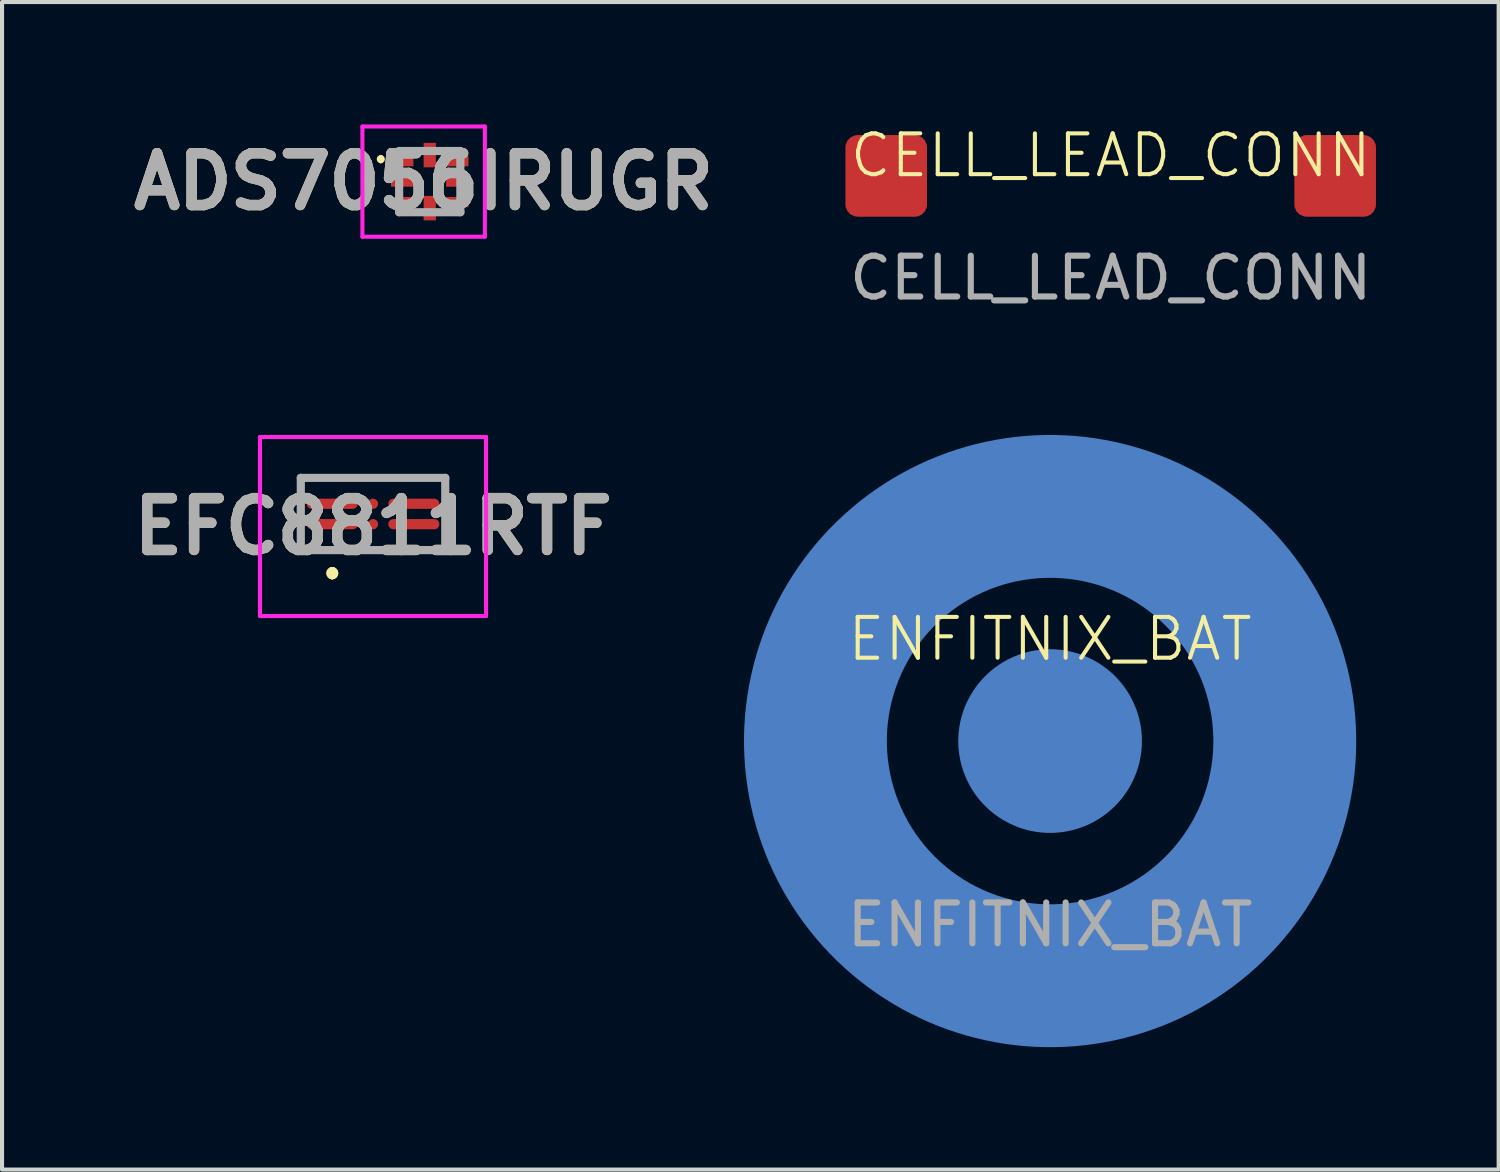
<source format=kicad_pcb>
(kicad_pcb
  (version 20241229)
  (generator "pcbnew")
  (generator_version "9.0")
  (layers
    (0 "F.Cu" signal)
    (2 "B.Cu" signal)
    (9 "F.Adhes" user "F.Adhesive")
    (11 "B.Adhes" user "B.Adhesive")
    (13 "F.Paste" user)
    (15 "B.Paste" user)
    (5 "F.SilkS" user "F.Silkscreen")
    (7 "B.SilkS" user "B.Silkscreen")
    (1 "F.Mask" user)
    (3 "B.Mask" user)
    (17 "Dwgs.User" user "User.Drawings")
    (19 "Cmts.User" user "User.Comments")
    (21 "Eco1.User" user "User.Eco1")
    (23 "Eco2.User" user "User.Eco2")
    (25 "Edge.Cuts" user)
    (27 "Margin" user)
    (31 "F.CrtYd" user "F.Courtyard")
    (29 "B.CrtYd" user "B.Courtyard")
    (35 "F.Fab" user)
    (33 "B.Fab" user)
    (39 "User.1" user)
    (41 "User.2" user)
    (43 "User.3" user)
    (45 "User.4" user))
  (footprint "ADS7056IRUGR"
    (layer "F.Cu")
    (at 7.48 1.4)
    (property "Reference" "ADS7056IRUGR" (at -0.15 0 0) (layer "F.SilkS") (effects (font (size 1.27 1.27) (thickness 0.254))))
    (attr smd)
    (fp_line (start -1.2 -0.6) (end -1.2 -0.6) (stroke (width 0.1) (type solid)) (layer "F.SilkS"))
    (fp_line (start -1.2 -0.5) (end -1.2 -0.5) (stroke (width 0.1) (type solid)) (layer "F.SilkS"))
    (fp_arc (start -1.2 -0.6) (mid -1.15 -0.55) (end -1.2 -0.5) (stroke (width 0.1) (type solid)) (layer "F.SilkS"))
    (fp_arc (start -1.2 -0.5) (mid -1.25 -0.55) (end -1.2 -0.6) (stroke (width 0.1) (type solid)) (layer "F.SilkS"))
    (fp_line (start -1.65 -1.35) (end 1.35 -1.35) (stroke (width 0.1) (type solid)) (layer "F.CrtYd"))
    (fp_line (start -1.65 1.35) (end -1.65 -1.35) (stroke (width 0.1) (type solid)) (layer "F.CrtYd"))
    (fp_line (start 1.35 -1.35) (end 1.35 1.35) (stroke (width 0.1) (type solid)) (layer "F.CrtYd"))
    (fp_line (start 1.35 1.35) (end -1.65 1.35) (stroke (width 0.1) (type solid)) (layer "F.CrtYd"))
    (fp_line (start -0.75 -0.75) (end 0.75 -0.75) (stroke (width 0.2) (type solid)) (layer "F.Fab"))
    (fp_line (start -0.75 0.75) (end -0.75 -0.75) (stroke (width 0.2) (type solid)) (layer "F.Fab"))
    (fp_line (start 0.75 -0.75) (end 0.75 0.75) (stroke (width 0.2) (type solid)) (layer "F.Fab"))
    (fp_line (start 0.75 0.75) (end -0.75 0.75) (stroke (width 0.2) (type solid)) (layer "F.Fab"))
    (fp_text user "${REFERENCE}" (at -0.15 0 0) (layer "F.Fab") (effects (font (size 1.27 1.27) (thickness 0.254))))
    (pad "1" smd rect (at -0.675 -0.5 90) (size 0.25 0.55) (layers "F.Cu" "F.Mask" "F.Paste"))
    (pad "2" smd rect (at -0.675 0 90) (size 0.25 0.55) (layers "F.Cu" "F.Mask" "F.Paste"))
    (pad "3" smd rect (at -0.675 0.5 90) (size 0.25 0.55) (layers "F.Cu" "F.Mask" "F.Paste"))
    (pad "4" smd rect (at 0 0.65) (size 0.3 0.6) (layers "F.Cu" "F.Mask" "F.Paste"))
    (pad "5" smd rect (at 0.675 0.5 90) (size 0.25 0.55) (layers "F.Cu" "F.Mask" "F.Paste"))
    (pad "6" smd rect (at 0.675 0 90) (size 0.25 0.55) (layers "F.Cu" "F.Mask" "F.Paste"))
    (pad "7" smd rect (at 0.675 -0.5 90) (size 0.25 0.55) (layers "F.Cu" "F.Mask" "F.Paste"))
    (pad "8" smd rect (at 0 -0.65) (size 0.3 0.6) (layers "F.Cu" "F.Mask" "F.Paste")))
  (footprint "CELL_LEAD_CONN"
    (layer "F.Cu")
    (at 24.165 1.26)
    (property "Reference" "CELL_LEAD_CONN" (at 0 -0.5 0) (unlocked yes) (layer "F.SilkS") (effects (font (size 1 1) (thickness 0.1))))
    (attr smd)
    (fp_text user "${REFERENCE}" (at 0 2.5 0) (unlocked yes) (layer "F.Fab") (effects (font (size 1 1) (thickness 0.15))))
    (pad "1" smd roundrect (at 5.5 0) (size 2 2) (layers "F.Cu" "F.Mask" "F.Paste") (roundrect_rratio 0.15))
    (pad "2" smd roundrect (at -5.5 0) (size 2 2) (layers "F.Cu" "F.Mask" "F.Paste") (roundrect_rratio 0.15)))
  (footprint "EFC8811RTF"
    (layer "F.Cu")
    (at 6.09 9.544)
    (property "Reference" "EFC8811RTF" (at 0 0.307 0) (layer "F.SilkS") (effects (font (size 1.27 1.27) (thickness 0.254))))
    (attr smd)
    (fp_line (start -1 1.4) (end -1 1.4) (stroke (width 0.2) (type solid)) (layer "F.SilkS"))
    (fp_line (start -1 1.5) (end -1 1.5) (stroke (width 0.2) (type solid)) (layer "F.SilkS"))
    (fp_line (start -1 1.5) (end -1 1.5) (stroke (width 0.2) (type solid)) (layer "F.SilkS"))
    (fp_arc (start -1 1.4) (mid -0.95 1.45) (end -1 1.5) (stroke (width 0.2) (type solid)) (layer "F.SilkS"))
    (fp_arc (start -1 1.4) (mid -0.95 1.45) (end -1 1.5) (stroke (width 0.2) (type solid)) (layer "F.SilkS"))
    (fp_arc (start -1 1.5) (mid -1.05 1.45) (end -1 1.4) (stroke (width 0.2) (type solid)) (layer "F.SilkS"))
    (fp_line (start -2.77 -1.885) (end 2.77 -1.885) (stroke (width 0.1) (type solid)) (layer "F.CrtYd"))
    (fp_line (start -2.77 2.5) (end -2.77 -1.885) (stroke (width 0.1) (type solid)) (layer "F.CrtYd"))
    (fp_line (start 2.77 -1.885) (end 2.77 2.5) (stroke (width 0.1) (type solid)) (layer "F.CrtYd"))
    (fp_line (start 2.77 2.5) (end -2.77 2.5) (stroke (width 0.1) (type solid)) (layer "F.CrtYd"))
    (fp_line (start -1.77 -0.885) (end -1.77 0.885) (stroke (width 0.2) (type solid)) (layer "F.Fab"))
    (fp_line (start -1.77 0.885) (end 1.77 0.885) (stroke (width 0.2) (type solid)) (layer "F.Fab"))
    (fp_line (start 1.77 -0.885) (end -1.77 -0.885) (stroke (width 0.2) (type solid)) (layer "F.Fab"))
    (fp_line (start 1.77 0.885) (end 1.77 -0.885) (stroke (width 0.2) (type solid)) (layer "F.Fab"))
    (fp_text user "${REFERENCE}" (at 0 0.307 0) (layer "F.Fab") (effects (font (size 1.27 1.27) (thickness 0.254))))
    (pad "1" smd oval (at -1 0.25 90) (size 0.25 1.25) (layers "F.Cu" "F.Mask" "F.Paste"))
    (pad "2" smd circle (at 0 0.25 90) (size 0.25 0.25) (layers "F.Cu" "F.Mask" "F.Paste"))
    (pad "3" smd oval (at 1 0.25 90) (size 0.25 1.25) (layers "F.Cu" "F.Mask" "F.Paste"))
    (pad "4" smd oval (at 1 -0.25 90) (size 0.25 1.25) (layers "F.Cu" "F.Mask" "F.Paste"))
    (pad "5" smd circle (at 0 -0.25 90) (size 0.25 0.25) (layers "F.Cu" "F.Mask" "F.Paste"))
    (pad "6" smd oval (at -1 -0.25 90) (size 0.25 1.25) (layers "F.Cu" "F.Mask" "F.Paste")))
  (footprint "ENFITNIX_BAT"
    (layer "F.Cu")
    (at 22.68 15.108)
    (property "Reference" "ENFITNIX_BAT" (at 0 -2.5 0) (unlocked yes) (layer "F.SilkS") (effects (font (size 1 1) (thickness 0.1))))
    (attr smd)
    (fp_text user "${REFERENCE}" (at 0 4.5 0) (unlocked yes) (layer "F.Fab") (effects (font (size 1 1) (thickness 0.15))))
    (pad "1" smd custom (at 0 0) (size 1.524 1.524) (layers "B.Cu" "B.Paste") (options (anchor circle)) (primitives (gr_poly (pts (xy -1.143 -0.381) (xy -1.127 -0.49) (xy -1.072 -0.602) (xy -0.983 -0.691) (xy -0.871 -0.746) (xy -0.762 -0.762) (xy 0.762 -0.762) (xy 0.871 -0.746) (xy 0.983 -0.691) (xy 1.072 -0.602) (xy 1.127 -0.49) (xy 1.143 -0.381) (xy 1.143 0.381) (xy 1.127 0.49) (xy 1.072 0.602) (xy 0.983 0.691) (xy 0.871 0.746) (xy 0.762 0.762) (xy -0.762 0.762) (xy -0.871 0.746) (xy -0.983 0.691) (xy -1.072 0.602) (xy -1.127 0.49) (xy -1.143 0.381)) (width 0) (fill yes)) (gr_poly (pts (arc (start -2.25 0) (mid 2.25 0) (end -2.25 0))) (width 0) (fill yes))))
    (pad "2" smd custom (at -6 0) (size 1.524 1.524) (layers "B.Cu" "B.Paste") (options (anchor circle)) (primitives (gr_poly (pts (xy -1.143 -0.381) (xy -1.127 -0.49) (xy -1.072 -0.602) (xy -0.983 -0.691) (xy -0.871 -0.746) (xy -0.762 -0.762) (xy 0.762 -0.762) (xy 0.871 -0.746) (xy 0.983 -0.691) (xy 1.072 -0.602) (xy 1.127 -0.49) (xy 1.143 -0.381) (xy 1.143 0.381) (xy 1.127 0.49) (xy 1.072 0.602) (xy 0.983 0.691) (xy 0.871 0.746) (xy 0.762 0.762) (xy -0.762 0.762) (xy -0.871 0.746) (xy -0.983 0.691) (xy -1.072 0.602) (xy -1.127 0.49) (xy -1.143 0.381)) (width 0) (fill yes)) (gr_poly (pts (arc (start 2.000412 0) (mid 6.000412 4) (end 10.000412 0)) (arc (start 13.500412 0) (mid 6.000412 7.5) (end -1.499588 0))) (width 0) (fill yes)) (gr_poly (pts (arc (start 10 0) (mid 6 -4) (end 2 0)) (arc (start -1.5 0) (mid 6 -7.5) (end 13.5 0))) (width 0) (fill yes)))))
  (gr_rect
    (start -3 -3)
    (end 33.671 25.608)
    (stroke (width 0.1) (type default))
    (fill no)
    (layer "Edge.Cuts")))
</source>
